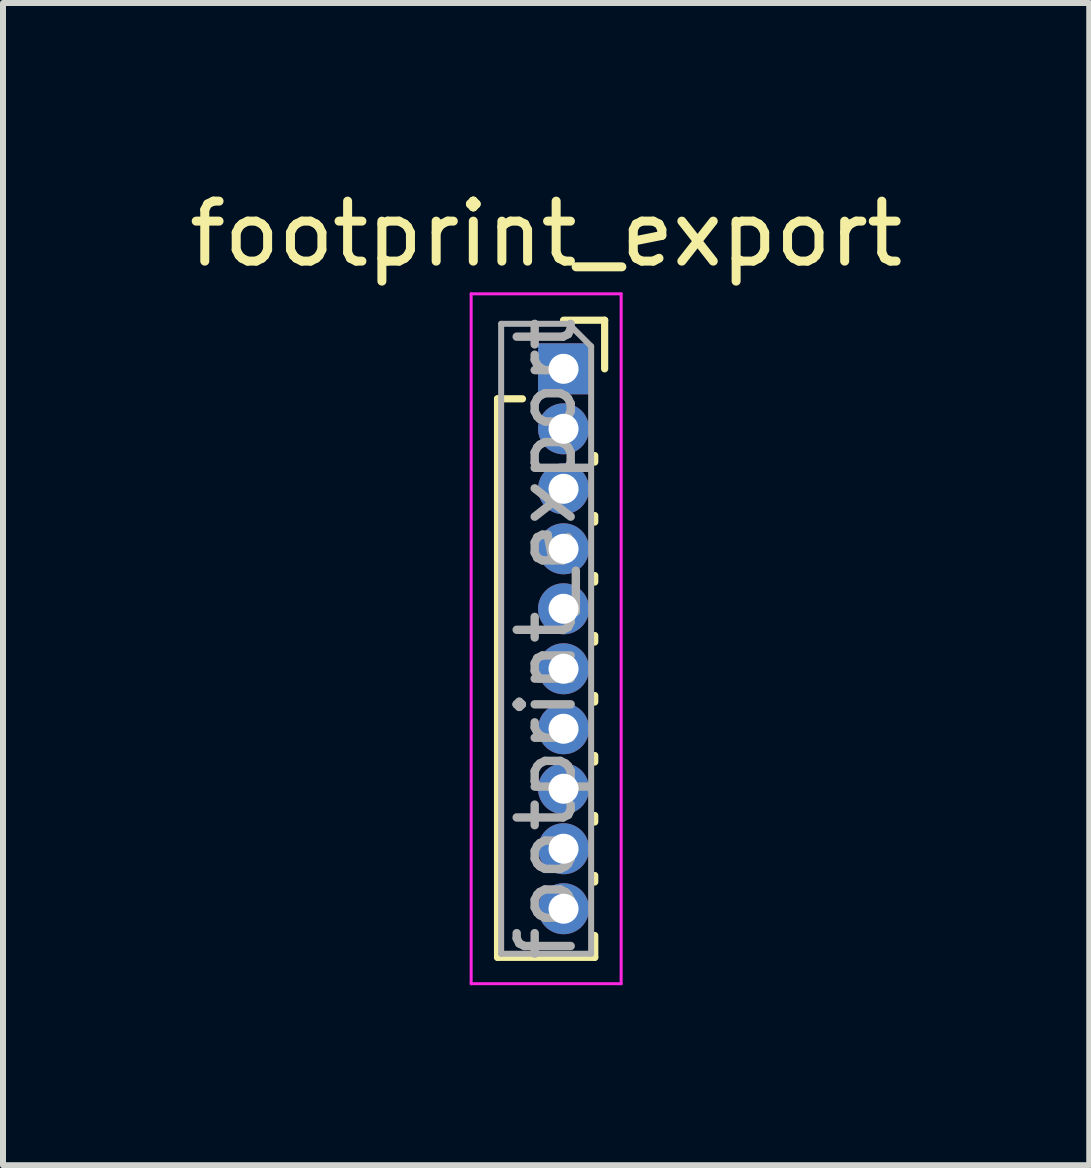
<source format=kicad_pcb>
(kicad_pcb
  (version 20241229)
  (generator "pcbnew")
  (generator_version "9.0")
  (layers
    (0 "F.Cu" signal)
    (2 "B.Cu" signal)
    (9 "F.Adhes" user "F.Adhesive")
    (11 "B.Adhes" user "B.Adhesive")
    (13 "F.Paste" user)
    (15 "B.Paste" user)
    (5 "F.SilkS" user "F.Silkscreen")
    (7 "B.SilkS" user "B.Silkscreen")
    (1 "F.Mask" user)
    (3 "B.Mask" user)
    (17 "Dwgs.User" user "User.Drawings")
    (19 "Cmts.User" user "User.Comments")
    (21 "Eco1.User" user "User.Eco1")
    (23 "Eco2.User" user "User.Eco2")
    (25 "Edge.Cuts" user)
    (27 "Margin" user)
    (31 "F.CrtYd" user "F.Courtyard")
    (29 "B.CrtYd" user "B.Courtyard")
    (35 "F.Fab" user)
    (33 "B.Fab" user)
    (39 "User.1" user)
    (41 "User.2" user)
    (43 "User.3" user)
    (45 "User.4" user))
  (footprint "footprint_export"
    (layer "F.Cu")
    (at 6.344 3.098)
    (property "Reference" "footprint_export" (at -0.29 -2.25 0) (layer "F.SilkS") (effects (font (size 1 1) (thickness 0.15))))
    (attr through_hole)
    (fp_line (start -1.1 0.5) (end -1.1 9.81) (stroke (width 0.12) (type solid)) (layer "F.SilkS"))
    (fp_line (start -1.1 0.5) (end -0.685 0.5) (stroke (width 0.12) (type solid)) (layer "F.SilkS"))
    (fp_line (start -1.1 9.81) (end 0.52 9.81) (stroke (width 0.12) (type solid)) (layer "F.SilkS"))
    (fp_line (start 0 -0.81) (end 0.685 -0.81) (stroke (width 0.12) (type solid)) (layer "F.SilkS"))
    (fp_line (start 0.52 1.446) (end 0.52 1.554) (stroke (width 0.12) (type solid)) (layer "F.SilkS"))
    (fp_line (start 0.52 2.446) (end 0.52 2.554) (stroke (width 0.12) (type solid)) (layer "F.SilkS"))
    (fp_line (start 0.52 3.446) (end 0.52 3.554) (stroke (width 0.12) (type solid)) (layer "F.SilkS"))
    (fp_line (start 0.52 4.446) (end 0.52 4.554) (stroke (width 0.12) (type solid)) (layer "F.SilkS"))
    (fp_line (start 0.52 5.446) (end 0.52 5.554) (stroke (width 0.12) (type solid)) (layer "F.SilkS"))
    (fp_line (start 0.52 6.446) (end 0.52 6.554) (stroke (width 0.12) (type solid)) (layer "F.SilkS"))
    (fp_line (start 0.52 7.446) (end 0.52 7.554) (stroke (width 0.12) (type solid)) (layer "F.SilkS"))
    (fp_line (start 0.52 8.446) (end 0.52 8.554) (stroke (width 0.12) (type solid)) (layer "F.SilkS"))
    (fp_line (start 0.52 9.446) (end 0.52 9.81) (stroke (width 0.12) (type solid)) (layer "F.SilkS"))
    (fp_line (start 0.685 -0.81) (end 0.685 0) (stroke (width 0.12) (type solid)) (layer "F.SilkS"))
    (fp_line (start -1.54 -1.25) (end 0.96 -1.25) (stroke (width 0.05) (type solid)) (layer "F.CrtYd"))
    (fp_line (start -1.54 10.25) (end -1.54 -1.25) (stroke (width 0.05) (type solid)) (layer "F.CrtYd"))
    (fp_line (start 0.96 -1.25) (end 0.96 10.25) (stroke (width 0.05) (type solid)) (layer "F.CrtYd"))
    (fp_line (start 0.96 10.25) (end -1.54 10.25) (stroke (width 0.05) (type solid)) (layer "F.CrtYd"))
    (fp_line (start -1.04 -0.75) (end 0.085 -0.75) (stroke (width 0.1) (type solid)) (layer "F.Fab"))
    (fp_line (start -1.04 9.75) (end -1.04 -0.75) (stroke (width 0.1) (type solid)) (layer "F.Fab"))
    (fp_line (start 0.085 -0.75) (end 0.46 -0.375) (stroke (width 0.1) (type solid)) (layer "F.Fab"))
    (fp_line (start 0.46 -0.375) (end 0.46 9.75) (stroke (width 0.1) (type solid)) (layer "F.Fab"))
    (fp_line (start 0.46 9.75) (end -1.04 9.75) (stroke (width 0.1) (type solid)) (layer "F.Fab"))
    (fp_text user "${REFERENCE}" (at -0.29 4.5 90) (layer "F.Fab") (effects (font (size 0.9 0.9) (thickness 0.14))))
    (pad "1" thru_hole rect (at 0 0) (size 0.85 0.85) (drill 0.5) (layers "*.Cu" "*.Mask"))
    (pad "2" thru_hole oval (at 0 1) (size 0.85 0.85) (drill 0.5) (layers "*.Cu" "*.Mask"))
    (pad "3" thru_hole oval (at 0 2) (size 0.85 0.85) (drill 0.5) (layers "*.Cu" "*.Mask"))
    (pad "4" thru_hole oval (at 0 3) (size 0.85 0.85) (drill 0.5) (layers "*.Cu" "*.Mask"))
    (pad "5" thru_hole oval (at 0 4) (size 0.85 0.85) (drill 0.5) (layers "*.Cu" "*.Mask"))
    (pad "6" thru_hole oval (at 0 5) (size 0.85 0.85) (drill 0.5) (layers "*.Cu" "*.Mask"))
    (pad "7" thru_hole oval (at 0 6) (size 0.85 0.85) (drill 0.5) (layers "*.Cu" "*.Mask"))
    (pad "8" thru_hole oval (at 0 7) (size 0.85 0.85) (drill 0.5) (layers "*.Cu" "*.Mask"))
    (pad "9" thru_hole oval (at 0 8) (size 0.85 0.85) (drill 0.5) (layers "*.Cu" "*.Mask"))
    (pad "10" thru_hole oval (at 0 9) (size 0.85 0.85) (drill 0.5) (layers "*.Cu" "*.Mask")))
  (gr_rect
    (start -3 -3)
    (end 15.107 16.373)
    (stroke (width 0.1) (type default))
    (fill no)
    (layer "Edge.Cuts")))
</source>
